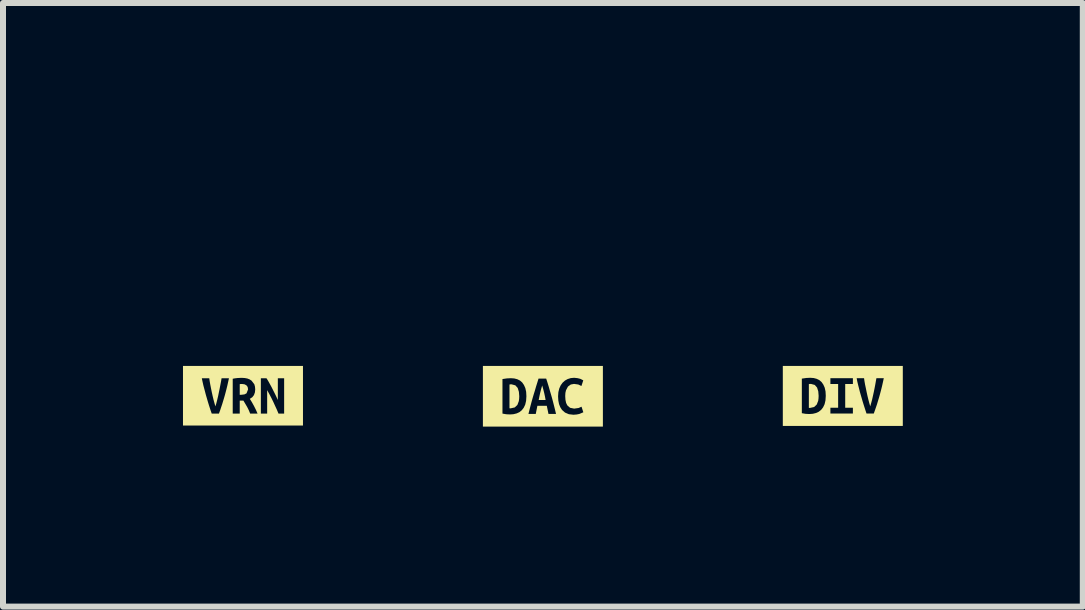
<source format=kicad_pcb>
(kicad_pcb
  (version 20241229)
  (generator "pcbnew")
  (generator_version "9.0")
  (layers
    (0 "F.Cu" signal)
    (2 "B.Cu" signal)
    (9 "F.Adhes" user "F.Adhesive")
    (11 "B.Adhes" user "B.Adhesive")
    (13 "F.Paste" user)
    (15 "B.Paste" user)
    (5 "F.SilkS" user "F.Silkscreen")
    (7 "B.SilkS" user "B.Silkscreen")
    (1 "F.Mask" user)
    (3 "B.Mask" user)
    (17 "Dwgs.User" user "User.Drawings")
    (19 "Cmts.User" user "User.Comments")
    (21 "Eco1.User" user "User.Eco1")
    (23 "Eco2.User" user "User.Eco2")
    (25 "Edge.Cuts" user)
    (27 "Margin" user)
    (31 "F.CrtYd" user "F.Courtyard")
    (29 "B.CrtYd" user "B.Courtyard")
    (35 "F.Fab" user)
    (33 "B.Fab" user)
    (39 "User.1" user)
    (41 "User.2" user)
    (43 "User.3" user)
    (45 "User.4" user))
  (footprint "kibuzzard-659BFAB7"
    (layer "F.Cu")
    (at 10.998 3.549)
    (property "Reference" "kibuzzard-659BFAB7" (at 0 -3.548 0) (layer "F.SilkS") (effects (font (size 0.001 0.001) (thickness 0.15))))
    (attr board_only exclude_from_pos_files exclude_from_bom)
    (fp_poly (pts (xy -0.566 0.199) (xy -0.555 0.2) (xy -0.545 0.2) (xy -0.478 0.185) (xy -0.434 0.143) (xy -0.41 0.08) (xy -0.405 0.041) (xy -0.403 -0.001) (xy -0.409 -0.075) (xy -0.429 -0.139) (xy -0.468 -0.183) (xy -0.531 -0.2) (xy -0.549 -0.2) (xy -0.566 -0.197) (xy -0.566 0.199)) (stroke (width 0) (type solid)) (fill yes) (layer "F.SilkS"))
    (fp_poly (pts (xy -0.801 -0.5) (xy -1 -0.5) (xy -1 0.5) (xy -0.801 0.5) (xy -0.557 0.5) (xy -0.557 0.302) (xy -0.619 0.299) (xy -0.683 0.288) (xy -0.683 -0.288) (xy -0.608 -0.299) (xy -0.542 -0.302) (xy -0.486 -0.298) (xy -0.436 -0.285) (xy -0.391 -0.263) (xy -0.354 -0.231) (xy -0.325 -0.189) (xy -0.302 -0.138) (xy -0.288 -0.075) (xy -0.284 -0.001) (xy -0.289 0.075) (xy -0.304 0.139) (xy -0.329 0.191) (xy -0.361 0.232) (xy -0.401 0.264) (xy -0.447 0.285) (xy -0.5 0.298) (xy -0.557 0.302) (xy -0.557 0.5) (xy -0.207 0.5) (xy -0.207 0.294) (xy -0.207 0.197) (xy -0.078 0.197) (xy -0.078 -0.198) (xy -0.207 -0.198) (xy -0.207 -0.295) (xy 0.168 -0.295) (xy 0.168 -0.198) (xy 0.04 -0.198) (xy 0.04 0.197) (xy 0.168 0.197) (xy 0.168 0.294) (xy -0.207 0.294) (xy -0.207 0.5) (xy 0.395 0.5) (xy 0.395 0.294) (xy 0.372 0.224) (xy 0.347 0.146) (xy 0.33 0.091) (xy 0.314 0.035) (xy 0.298 -0.02) (xy 0.283 -0.073) (xy 0.27 -0.125) (xy 0.257 -0.175) (xy 0.241 -0.242) (xy 0.231 -0.295) (xy 0.354 -0.295) (xy 0.361 -0.246) (xy 0.371 -0.189) (xy 0.384 -0.128) (xy 0.397 -0.064) (xy 0.411 -0.000476) (xy 0.426 0.062) (xy 0.442 0.122) (xy 0.457 0.174) (xy 0.472 0.122) (xy 0.488 0.063) (xy 0.502 0.000476) (xy 0.516 -0.063) (xy 0.529 -0.127) (xy 0.541 -0.189) (xy 0.551 -0.246) (xy 0.56 -0.295) (xy 0.683 -0.295) (xy 0.67 -0.235) (xy 0.655 -0.168) (xy 0.637 -0.095) (xy 0.617 -0.02) (xy 0.602 0.033) (xy 0.586 0.085) (xy 0.57 0.139) (xy 0.552 0.192) (xy 0.534 0.244) (xy 0.516 0.294) (xy 0.395 0.294) (xy 0.395 0.5) (xy 0.801 0.5) (xy 1 0.5) (xy 1 -0.5) (xy 0.801 -0.5) (xy -0.801 -0.5)) (stroke (width 0) (type solid)) (fill yes) (layer "F.SilkS")))
  (footprint "kibuzzard-659BFAA8"
    (layer "F.Cu")
    (at 5.999 3.555)
    (property "Reference" "kibuzzard-659BFAA8" (at 0 -3.554 0) (layer "F.SilkS") (effects (font (size 0.001 0.001) (thickness 0.15))))
    (attr board_only exclude_from_pos_files exclude_from_bom)
    (fp_poly (pts (xy -0.012 -0.18) (xy -0.03 -0.117) (xy -0.045 -0.058) (xy -0.058 0.001) (xy -0.07 0.062) (xy 0.045 0.062) (xy 0.034 0.001) (xy 0.021 -0.058) (xy 0.006 -0.117) (xy -0.012 -0.18)) (stroke (width 0) (type solid)) (fill yes) (layer "F.SilkS"))
    (fp_poly (pts (xy -0.557 0.2) (xy -0.546 0.201) (xy -0.536 0.201) (xy -0.469 0.186) (xy -0.425 0.144) (xy -0.401 0.08) (xy -0.396 0.042) (xy -0.394 0) (xy -0.4 -0.074) (xy -0.42 -0.138) (xy -0.459 -0.182) (xy -0.522 -0.199) (xy -0.54 -0.199) (xy -0.557 -0.196) (xy -0.557 0.2)) (stroke (width 0) (type solid)) (fill yes) (layer "F.SilkS"))
    (fp_poly (pts (xy -0.801 -0.506) (xy -1 -0.506) (xy -1 0.506) (xy -0.801 0.506) (xy -0.548 0.506) (xy -0.548 0.303) (xy -0.61 0.3) (xy -0.674 0.289) (xy -0.674 -0.287) (xy -0.599 -0.298) (xy -0.533 -0.301) (xy -0.477 -0.297) (xy -0.427 -0.284) (xy -0.382 -0.262) (xy -0.345 -0.23) (xy -0.316 -0.188) (xy -0.293 -0.137) (xy -0.279 -0.074) (xy -0.275 0) (xy -0.28 0.076) (xy -0.295 0.14) (xy -0.32 0.192) (xy -0.352 0.233) (xy -0.392 0.265) (xy -0.438 0.286) (xy -0.491 0.299) (xy -0.548 0.303) (xy -0.548 0.506) (xy 0.093 0.506) (xy 0.093 0.295) (xy 0.065 0.159) (xy -0.092 0.159) (xy -0.119 0.295) (xy -0.241 0.295) (xy -0.224 0.227) (xy -0.207 0.161) (xy -0.19 0.097) (xy -0.173 0.036) (xy -0.156 -0.022) (xy -0.134 -0.093) (xy -0.114 -0.162) (xy -0.093 -0.229) (xy -0.073 -0.294) (xy 0.055 -0.294) (xy 0.076 -0.229) (xy 0.097 -0.161) (xy 0.117 -0.091) (xy 0.138 -0.02) (xy 0.155 0.04) (xy 0.171 0.101) (xy 0.187 0.164) (xy 0.203 0.228) (xy 0.219 0.295) (xy 0.093 0.295) (xy 0.093 0.506) (xy 0.509 0.506) (xy 0.509 0.308) (xy 0.432 0.299) (xy 0.369 0.272) (xy 0.319 0.228) (xy 0.29 0.183) (xy 0.269 0.131) (xy 0.257 0.07) (xy 0.253 0) (xy 0.258 -0.069) (xy 0.273 -0.13) (xy 0.297 -0.183) (xy 0.329 -0.227) (xy 0.368 -0.262) (xy 0.413 -0.287) (xy 0.465 -0.303) (xy 0.521 -0.308) (xy 0.577 -0.302) (xy 0.622 -0.291) (xy 0.653 -0.276) (xy 0.673 -0.265) (xy 0.642 -0.171) (xy 0.59 -0.196) (xy 0.519 -0.206) (xy 0.465 -0.196) (xy 0.418 -0.162) (xy 0.385 -0.1) (xy 0.375 -0.056) (xy 0.372 -0.003) (xy 0.376 0.059) (xy 0.387 0.111) (xy 0.407 0.152) (xy 0.453 0.192) (xy 0.521 0.206) (xy 0.596 0.195) (xy 0.644 0.174) (xy 0.674 0.267) (xy 0.607 0.295) (xy 0.561 0.304) (xy 0.509 0.308) (xy 0.509 0.506) (xy 0.801 0.506) (xy 1 0.506) (xy 1 -0.506) (xy 0.801 -0.506) (xy -0.801 -0.506)) (stroke (width 0) (type solid)) (fill yes) (layer "F.SilkS")))
  (footprint "kibuzzard-659BF0B2"
    (layer "F.Cu")
    (at 1 3.546)
    (property "Reference" "kibuzzard-659BF0B2" (at 0 -3.545 0) (layer "F.SilkS") (effects (font (size 0.001 0.001) (thickness 0.15))))
    (attr board_only exclude_from_pos_files exclude_from_bom)
    (fp_poly (pts (xy 0.085 -0.106) (xy 0.078 -0.146) (xy 0.057 -0.174) (xy 0.024 -0.191) (xy -0.019 -0.196) (xy -0.035 -0.196) (xy -0.054 -0.193) (xy -0.054 -0.016) (xy -0.028 -0.016) (xy 0.024 -0.022) (xy 0.059 -0.04) (xy 0.085 -0.106)) (stroke (width 0) (type solid)) (fill yes) (layer "F.SilkS"))
    (fp_poly (pts (xy -0.801 -0.497) (xy -1 -0.497) (xy -1 0.497) (xy -0.801 0.497) (xy -0.521 0.497) (xy -0.521 0.298) (xy -0.545 0.228) (xy -0.57 0.15) (xy -0.587 0.094) (xy -0.603 0.039) (xy -0.619 -0.016) (xy -0.633 -0.07) (xy -0.647 -0.122) (xy -0.66 -0.171) (xy -0.675 -0.238) (xy -0.686 -0.291) (xy -0.562 -0.291) (xy -0.555 -0.242) (xy -0.545 -0.185) (xy -0.533 -0.124) (xy -0.52 -0.06) (xy -0.506 0.003) (xy -0.491 0.066) (xy -0.475 0.125) (xy -0.46 0.178) (xy -0.444 0.126) (xy -0.429 0.067) (xy -0.414 0.004) (xy -0.401 -0.06) (xy -0.388 -0.123) (xy -0.376 -0.185) (xy -0.365 -0.242) (xy -0.357 -0.291) (xy -0.234 -0.291) (xy -0.247 -0.231) (xy -0.262 -0.164) (xy -0.28 -0.092) (xy -0.3 -0.016) (xy -0.315 0.036) (xy -0.331 0.089) (xy -0.347 0.142) (xy -0.365 0.195) (xy -0.382 0.247) (xy -0.401 0.298) (xy -0.521 0.298) (xy -0.521 0.497) (xy 0.243 0.497) (xy 0.243 0.298) (xy 0.12 0.298) (xy 0.097 0.242) (xy 0.07 0.188) (xy 0.039 0.135) (xy 0.007 0.081) (xy -0.054 0.081) (xy -0.054 0.298) (xy -0.171 0.298) (xy -0.171 -0.283) (xy -0.133 -0.29) (xy -0.092 -0.295) (xy -0.052 -0.297) (xy -0.019 -0.298) (xy 0.03 -0.295) (xy 0.073 -0.287) (xy 0.111 -0.272) (xy 0.143 -0.251) (xy 0.189 -0.191) (xy 0.2 -0.151) (xy 0.204 -0.105) (xy 0.199 -0.056) (xy 0.183 -0.011) (xy 0.155 0.025) (xy 0.114 0.052) (xy 0.148 0.107) (xy 0.183 0.17) (xy 0.216 0.236) (xy 0.243 0.298) (xy 0.243 0.497) (xy 0.592 0.497) (xy 0.592 0.298) (xy 0.565 0.233) (xy 0.535 0.168) (xy 0.505 0.102) (xy 0.473 0.037) (xy 0.439 -0.028) (xy 0.403 -0.093) (xy 0.403 0.298) (xy 0.298 0.298) (xy 0.298 -0.291) (xy 0.392 -0.291) (xy 0.419 -0.248) (xy 0.445 -0.201) (xy 0.472 -0.152) (xy 0.497 -0.103) (xy 0.521 -0.055) (xy 0.544 -0.009) (xy 0.564 0.034) (xy 0.581 0.071) (xy 0.581 -0.291) (xy 0.686 -0.291) (xy 0.686 0.298) (xy 0.592 0.298) (xy 0.592 0.497) (xy 0.801 0.497) (xy 1 0.497) (xy 1 -0.497) (xy 0.801 -0.497) (xy -0.801 -0.497)) (stroke (width 0) (type solid)) (fill yes) (layer "F.SilkS")))
  (gr_rect
    (start -3 -3)
    (end 14.998 7.061)
    (stroke (width 0.1) (type default))
    (fill no)
    (layer "Edge.Cuts")))
</source>
